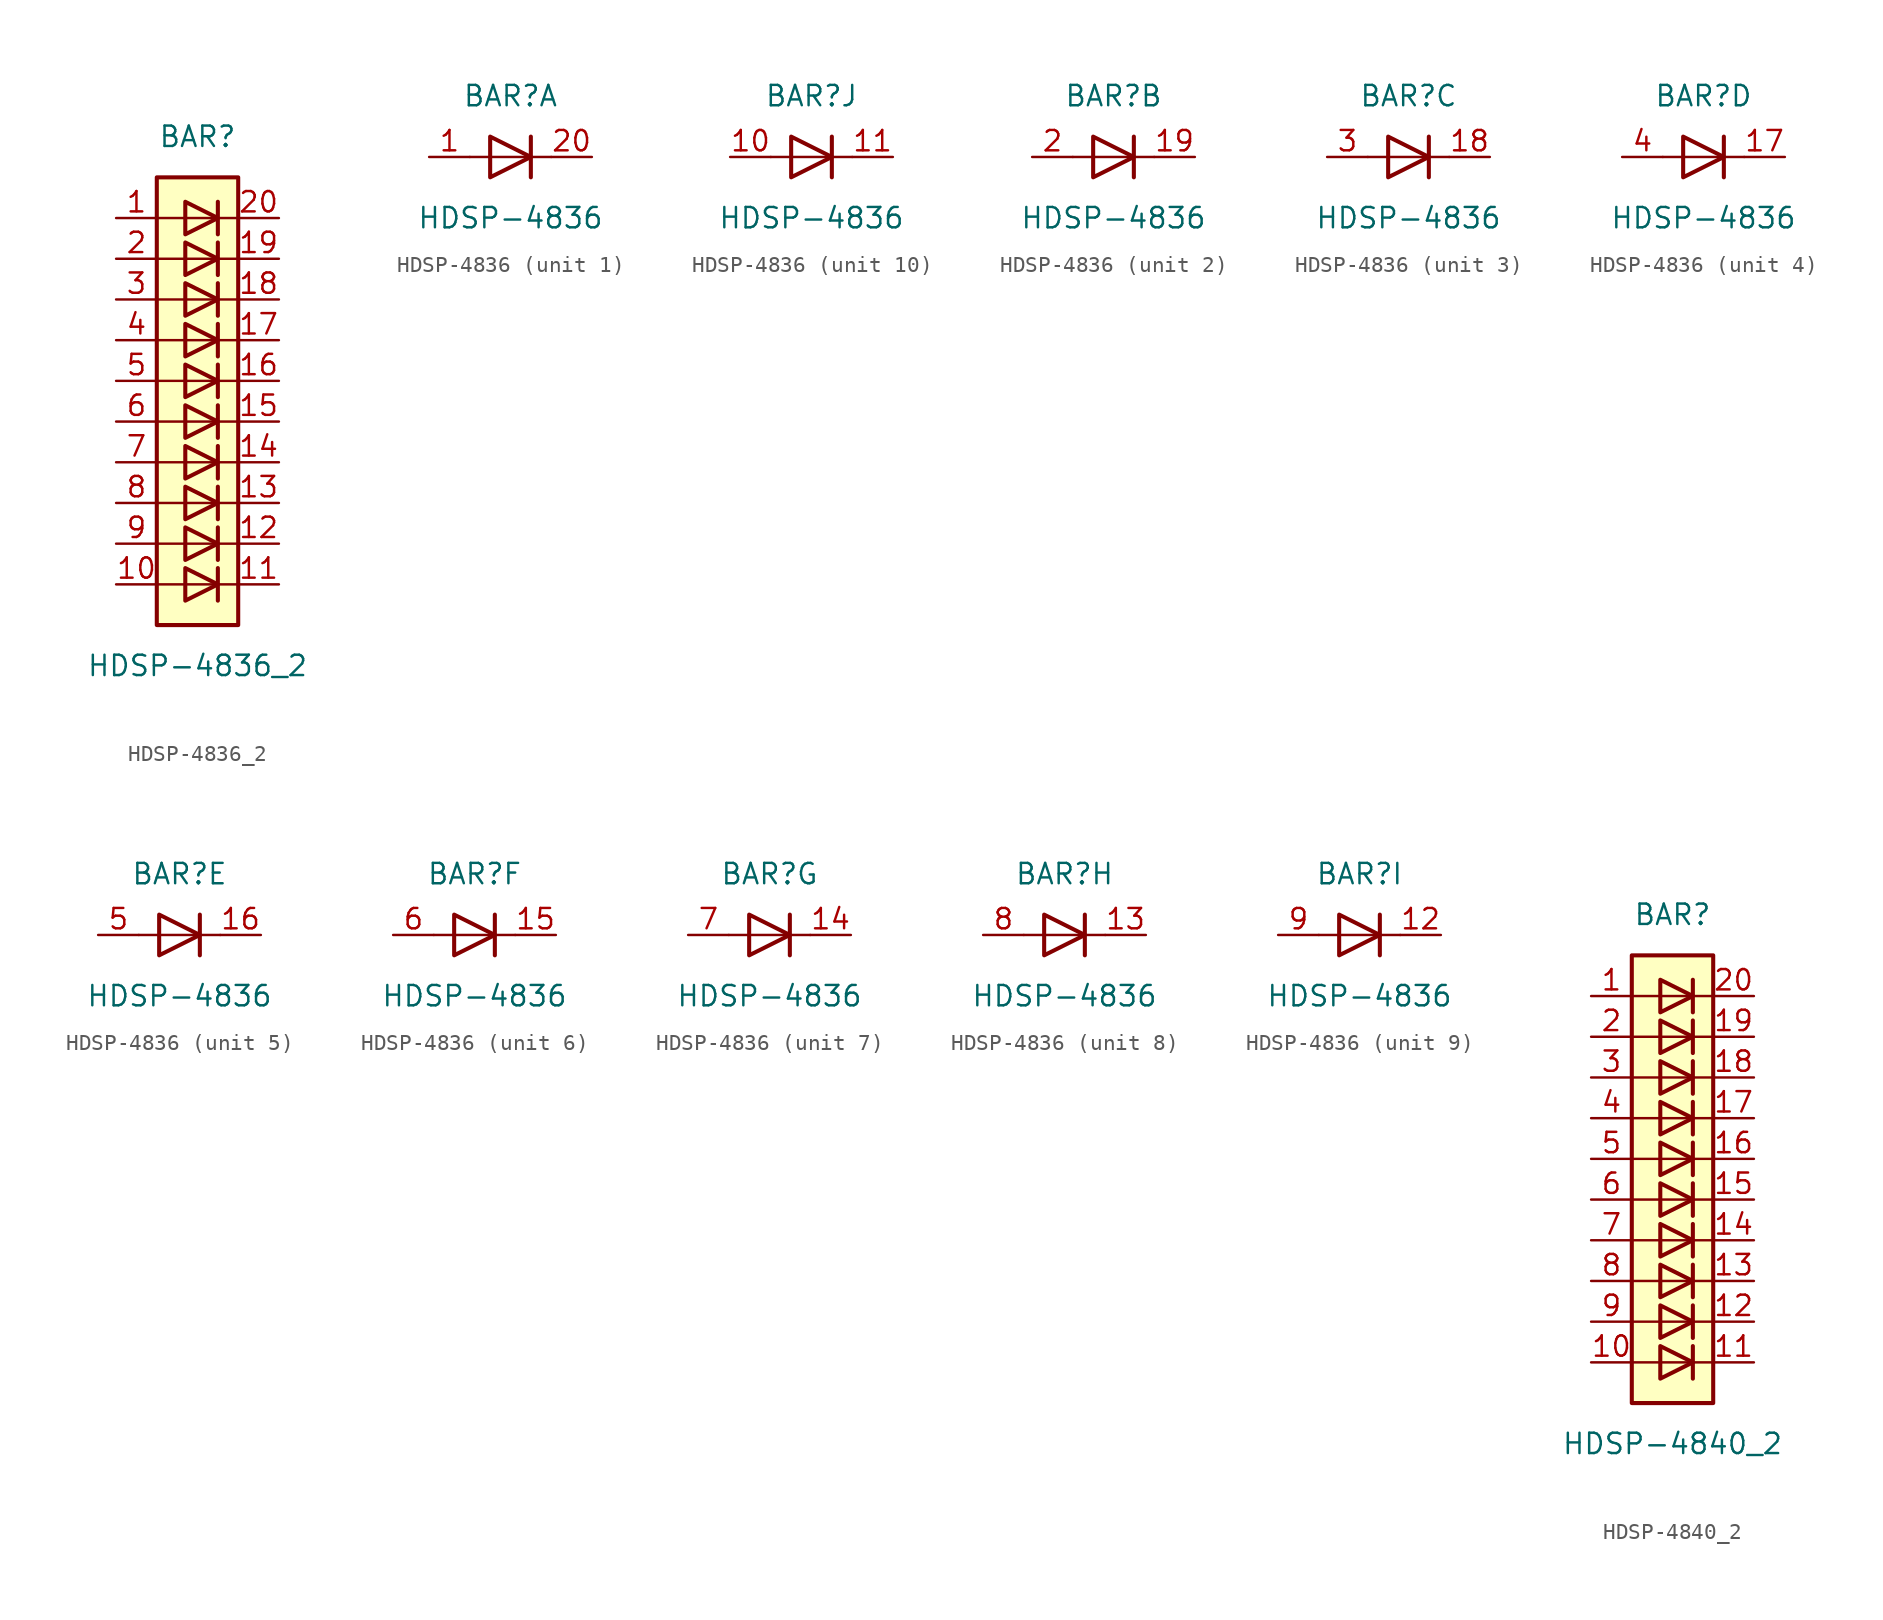
<source format=kicad_sym>
(kicad_symbol_lib
  (version 20241209)
  (generator "kicad_symbol_editor")
  (generator_version "9.0")
  (symbol "HDSP-4836_2"
    (pin_names
      (offset 1.016) hide)
    (property "Reference" "BAR"
      (at 0 15.24 0)
      (effects (font (size 1.27 1.27))))
    (property "Value" "HDSP-4836_2"
      (at 0 -17.78 0)
      (effects (font (size 1.27 1.27))))
    (symbol "HDSP-4836_2_0_1"
      (rectangle (start -2.54 12.7) (end 2.54 -15.24) (stroke (width 0.254) (type default)) (fill (type background)))
      (polyline (pts (xy -2.54 10.16) (xy 2.54 10.16)) (stroke (width 0) (type default)) (fill (type none)))
      (polyline (pts (xy -2.54 7.62) (xy 2.54 7.62)) (stroke (width 0) (type default)) (fill (type none)))
      (polyline (pts (xy -2.54 5.08) (xy 2.54 5.08)) (stroke (width 0) (type default)) (fill (type none)))
      (polyline (pts (xy -2.54 0) (xy 2.54 0)) (stroke (width 0) (type default)) (fill (type none)))
      (polyline (pts (xy -2.54 -5.08) (xy 2.54 -5.08)) (stroke (width 0) (type default)) (fill (type none)))
      (polyline (pts (xy -2.54 -7.62) (xy 2.54 -7.62)) (stroke (width 0) (type default)) (fill (type none)))
      (polyline (pts (xy -2.54 -10.16) (xy 2.54 -10.16)) (stroke (width 0) (type default)) (fill (type none)))
      (polyline (pts (xy -2.54 -12.7) (xy 2.54 -12.7)) (stroke (width 0) (type default)) (fill (type none)))
      (polyline (pts (xy -0.762 11.176) (xy -0.762 9.144) (xy 1.27 10.16) (xy -0.762 11.176)) (stroke (width 0.254) (type default)) (fill (type none)))
      (polyline (pts (xy -0.762 8.636) (xy -0.762 6.604) (xy 1.27 7.62) (xy -0.762 8.636)) (stroke (width 0.254) (type default)) (fill (type none)))
      (polyline (pts (xy -0.762 6.096) (xy -0.762 4.064) (xy 1.27 5.08) (xy -0.762 6.096)) (stroke (width 0.254) (type default)) (fill (type none)))
      (polyline (pts (xy -0.762 3.556) (xy -0.762 1.524) (xy 1.27 2.54) (xy -0.762 3.556)) (stroke (width 0.254) (type default)) (fill (type none)))
      (polyline (pts (xy -0.762 1.016) (xy -0.762 -1.016) (xy 1.27 0) (xy -0.762 1.016)) (stroke (width 0.254) (type default)) (fill (type none)))
      (polyline (pts (xy -0.762 -1.524) (xy -0.762 -3.556) (xy 1.27 -2.54) (xy -0.762 -1.524)) (stroke (width 0.254) (type default)) (fill (type none)))
      (polyline (pts (xy -0.762 -4.064) (xy -0.762 -6.096) (xy 1.27 -5.08) (xy -0.762 -4.064)) (stroke (width 0.254) (type default)) (fill (type none)))
      (polyline (pts (xy -0.762 -6.604) (xy -0.762 -8.636) (xy 1.27 -7.62) (xy -0.762 -6.604)) (stroke (width 0.254) (type default)) (fill (type none)))
      (polyline (pts (xy -0.762 -9.144) (xy -0.762 -11.176) (xy 1.27 -10.16) (xy -0.762 -9.144)) (stroke (width 0.254) (type default)) (fill (type none)))
      (polyline (pts (xy -0.762 -11.684) (xy -0.762 -13.716) (xy 1.27 -12.7) (xy -0.762 -11.684)) (stroke (width 0.254) (type default)) (fill (type none)))
      (polyline (pts (xy 1.27 11.176) (xy 1.27 9.144)) (stroke (width 0.254) (type default)) (fill (type none)))
      (polyline (pts (xy 1.27 8.636) (xy 1.27 6.604)) (stroke (width 0.254) (type default)) (fill (type none)))
      (polyline (pts (xy 1.27 6.096) (xy 1.27 4.064)) (stroke (width 0.254) (type default)) (fill (type none)))
      (polyline (pts (xy 1.27 3.556) (xy 1.27 1.524)) (stroke (width 0.254) (type default)) (fill (type none)))
      (polyline (pts (xy 1.27 1.016) (xy 1.27 -1.016)) (stroke (width 0.254) (type default)) (fill (type none)))
      (polyline (pts (xy 1.27 -1.524) (xy 1.27 -3.556)) (stroke (width 0.254) (type default)) (fill (type none)))
      (polyline (pts (xy 1.27 -4.064) (xy 1.27 -6.096)) (stroke (width 0.254) (type default)) (fill (type none)))
      (polyline (pts (xy 1.27 -6.604) (xy 1.27 -8.636)) (stroke (width 0.254) (type default)) (fill (type none)))
      (polyline (pts (xy 1.27 -9.144) (xy 1.27 -11.176)) (stroke (width 0.254) (type default)) (fill (type none)))
      (polyline (pts (xy 1.27 -11.684) (xy 1.27 -13.716)) (stroke (width 0.254) (type default)) (fill (type none)))
      (polyline (pts (xy 2.54 2.54) (xy -2.54 2.54)) (stroke (width 0) (type default)) (fill (type none)))
      (polyline (pts (xy 2.54 -2.54) (xy -2.54 -2.54)) (stroke (width 0) (type default)) (fill (type none))))
    (symbol "HDSP-4836_2_1_1"
      (pin passive line (at -5.08 10.16 0) (length 2.54) (name "A" (effects (font (size 1.27 1.27)))) (number "1" (effects (font (size 1.27 1.27)))))
      (pin passive line (at -5.08 7.62 0) (length 2.54) (name "A" (effects (font (size 1.27 1.27)))) (number "2" (effects (font (size 1.27 1.27)))))
      (pin passive line (at -5.08 5.08 0) (length 2.54) (name "A" (effects (font (size 1.27 1.27)))) (number "3" (effects (font (size 1.27 1.27)))))
      (pin passive line (at -5.08 2.54 0) (length 2.54) (name "A" (effects (font (size 1.27 1.27)))) (number "4" (effects (font (size 1.27 1.27)))))
      (pin passive line (at -5.08 0 0) (length 2.54) (name "A" (effects (font (size 1.27 1.27)))) (number "5" (effects (font (size 1.27 1.27)))))
      (pin passive line (at -5.08 -2.54 0) (length 2.54) (name "A" (effects (font (size 1.27 1.27)))) (number "6" (effects (font (size 1.27 1.27)))))
      (pin passive line (at -5.08 -5.08 0) (length 2.54) (name "A" (effects (font (size 1.27 1.27)))) (number "7" (effects (font (size 1.27 1.27)))))
      (pin passive line (at -5.08 -7.62 0) (length 2.54) (name "A" (effects (font (size 1.27 1.27)))) (number "8" (effects (font (size 1.27 1.27)))))
      (pin passive line (at -5.08 -10.16 0) (length 2.54) (name "A" (effects (font (size 1.27 1.27)))) (number "9" (effects (font (size 1.27 1.27)))))
      (pin passive line (at -5.08 -12.7 0) (length 2.54) (name "A" (effects (font (size 1.27 1.27)))) (number "10" (effects (font (size 1.27 1.27)))))
      (pin passive line (at 5.08 10.16 180) (length 2.54) (name "K" (effects (font (size 1.27 1.27)))) (number "20" (effects (font (size 1.27 1.27)))))
      (pin passive line (at 5.08 7.62 180) (length 2.54) (name "K" (effects (font (size 1.27 1.27)))) (number "19" (effects (font (size 1.27 1.27)))))
      (pin passive line (at 5.08 5.08 180) (length 2.54) (name "K" (effects (font (size 1.27 1.27)))) (number "18" (effects (font (size 1.27 1.27)))))
      (pin passive line (at 5.08 2.54 180) (length 2.54) (name "K" (effects (font (size 1.27 1.27)))) (number "17" (effects (font (size 1.27 1.27)))))
      (pin passive line (at 5.08 0 180) (length 2.54) (name "K" (effects (font (size 1.27 1.27)))) (number "16" (effects (font (size 1.27 1.27)))))
      (pin passive line (at 5.08 -2.54 180) (length 2.54) (name "K" (effects (font (size 1.27 1.27)))) (number "15" (effects (font (size 1.27 1.27)))))
      (pin passive line (at 5.08 -5.08 180) (length 2.54) (name "K" (effects (font (size 1.27 1.27)))) (number "14" (effects (font (size 1.27 1.27)))))
      (pin passive line (at 5.08 -7.62 180) (length 2.54) (name "K" (effects (font (size 1.27 1.27)))) (number "13" (effects (font (size 1.27 1.27)))))
      (pin passive line (at 5.08 -10.16 180) (length 2.54) (name "K" (effects (font (size 1.27 1.27)))) (number "12" (effects (font (size 1.27 1.27)))))
      (pin passive line (at 5.08 -12.7 180) (length 2.54) (name "K" (effects (font (size 1.27 1.27)))) (number "11" (effects (font (size 1.27 1.27)))))))
  (symbol "HDSP-4836"
    (pin_names
      (offset 1.016) hide)
    (property "Reference" "BAR"
      (at 0 3.81 0)
      (effects (font (size 1.27 1.27))))
    (property "Value" "HDSP-4836"
      (at 0 -3.81 0)
      (effects (font (size 1.27 1.27))))
    (symbol "HDSP-4836_0_1"
      (polyline (pts (xy -2.54 0) (xy 2.54 0)) (stroke (width 0) (type default)) (fill (type none)))
      (polyline (pts (xy -1.27 1.27) (xy -1.27 -1.27) (xy 1.27 0) (xy -1.27 1.27)) (stroke (width 0.254) (type default)) (fill (type none)))
      (polyline (pts (xy 1.27 -1.27) (xy 1.27 1.27)) (stroke (width 0.254) (type default)) (fill (type none))))
    (symbol "HDSP-4836_1_1"
      (pin passive line (at -5.08 0 0) (length 2.54) (name "A" (effects (font (size 1.27 1.27)))) (number "1" (effects (font (size 1.27 1.27)))))
      (pin passive line (at 5.08 0 180) (length 2.54) (name "K" (effects (font (size 1.27 1.27)))) (number "20" (effects (font (size 1.27 1.27))))))
    (symbol "HDSP-4836_2_1"
      (pin passive line (at -5.08 0 0) (length 2.54) (name "A" (effects (font (size 1.27 1.27)))) (number "2" (effects (font (size 1.27 1.27)))))
      (pin passive line (at 5.08 0 180) (length 2.54) (name "K" (effects (font (size 1.27 1.27)))) (number "19" (effects (font (size 1.27 1.27))))))
    (symbol "HDSP-4836_3_1"
      (pin passive line (at -5.08 0 0) (length 2.54) (name "A" (effects (font (size 1.27 1.27)))) (number "3" (effects (font (size 1.27 1.27)))))
      (pin passive line (at 5.08 0 180) (length 2.54) (name "K" (effects (font (size 1.27 1.27)))) (number "18" (effects (font (size 1.27 1.27))))))
    (symbol "HDSP-4836_4_1"
      (pin passive line (at -5.08 0 0) (length 2.54) (name "A" (effects (font (size 1.27 1.27)))) (number "4" (effects (font (size 1.27 1.27)))))
      (pin passive line (at 5.08 0 180) (length 2.54) (name "K" (effects (font (size 1.27 1.27)))) (number "17" (effects (font (size 1.27 1.27))))))
    (symbol "HDSP-4836_5_1"
      (pin passive line (at -5.08 0 0) (length 2.54) (name "A" (effects (font (size 1.27 1.27)))) (number "5" (effects (font (size 1.27 1.27)))))
      (pin passive line (at 5.08 0 180) (length 2.54) (name "K" (effects (font (size 1.27 1.27)))) (number "16" (effects (font (size 1.27 1.27))))))
    (symbol "HDSP-4836_6_1"
      (pin passive line (at -5.08 0 0) (length 2.54) (name "A" (effects (font (size 1.27 1.27)))) (number "6" (effects (font (size 1.27 1.27)))))
      (pin passive line (at 5.08 0 180) (length 2.54) (name "K" (effects (font (size 1.27 1.27)))) (number "15" (effects (font (size 1.27 1.27))))))
    (symbol "HDSP-4836_7_1"
      (pin passive line (at -5.08 0 0) (length 2.54) (name "A" (effects (font (size 1.27 1.27)))) (number "7" (effects (font (size 1.27 1.27)))))
      (pin passive line (at 5.08 0 180) (length 2.54) (name "K" (effects (font (size 1.27 1.27)))) (number "14" (effects (font (size 1.27 1.27))))))
    (symbol "HDSP-4836_8_1"
      (pin passive line (at -5.08 0 0) (length 2.54) (name "A" (effects (font (size 1.27 1.27)))) (number "8" (effects (font (size 1.27 1.27)))))
      (pin passive line (at 5.08 0 180) (length 2.54) (name "K" (effects (font (size 1.27 1.27)))) (number "13" (effects (font (size 1.27 1.27))))))
    (symbol "HDSP-4836_9_1"
      (pin passive line (at -5.08 0 0) (length 2.54) (name "A" (effects (font (size 1.27 1.27)))) (number "9" (effects (font (size 1.27 1.27)))))
      (pin passive line (at 5.08 0 180) (length 2.54) (name "K" (effects (font (size 1.27 1.27)))) (number "12" (effects (font (size 1.27 1.27))))))
    (symbol "HDSP-4836_10_1"
      (pin passive line (at -5.08 0 0) (length 2.54) (name "A" (effects (font (size 1.27 1.27)))) (number "10" (effects (font (size 1.27 1.27)))))
      (pin passive line (at 5.08 0 180) (length 2.54) (name "K" (effects (font (size 1.27 1.27)))) (number "11" (effects (font (size 1.27 1.27)))))))
  (symbol "HDSP-4840_2"
    (pin_names
      (offset 1.016) hide)
    (property "Reference" "BAR"
      (at 0 15.24 0)
      (effects (font (size 1.27 1.27))))
    (property "Value" "HDSP-4840_2"
      (at 0 -17.78 0)
      (effects (font (size 1.27 1.27))))
    (symbol "HDSP-4840_2_0_1"
      (rectangle (start -2.54 12.7) (end 2.54 -15.24) (stroke (width 0.254) (type default)) (fill (type background)))
      (polyline (pts (xy -2.54 10.16) (xy 2.54 10.16)) (stroke (width 0) (type default)) (fill (type none)))
      (polyline (pts (xy -2.54 7.62) (xy 2.54 7.62)) (stroke (width 0) (type default)) (fill (type none)))
      (polyline (pts (xy -2.54 5.08) (xy 2.54 5.08)) (stroke (width 0) (type default)) (fill (type none)))
      (polyline (pts (xy -2.54 0) (xy 2.54 0)) (stroke (width 0) (type default)) (fill (type none)))
      (polyline (pts (xy -2.54 -5.08) (xy 2.54 -5.08)) (stroke (width 0) (type default)) (fill (type none)))
      (polyline (pts (xy -2.54 -7.62) (xy 2.54 -7.62)) (stroke (width 0) (type default)) (fill (type none)))
      (polyline (pts (xy -2.54 -10.16) (xy 2.54 -10.16)) (stroke (width 0) (type default)) (fill (type none)))
      (polyline (pts (xy -2.54 -12.7) (xy 2.54 -12.7)) (stroke (width 0) (type default)) (fill (type none)))
      (polyline (pts (xy -0.762 11.176) (xy -0.762 9.144) (xy 1.27 10.16) (xy -0.762 11.176)) (stroke (width 0.254) (type default)) (fill (type none)))
      (polyline (pts (xy -0.762 8.636) (xy -0.762 6.604) (xy 1.27 7.62) (xy -0.762 8.636)) (stroke (width 0.254) (type default)) (fill (type none)))
      (polyline (pts (xy -0.762 6.096) (xy -0.762 4.064) (xy 1.27 5.08) (xy -0.762 6.096)) (stroke (width 0.254) (type default)) (fill (type none)))
      (polyline (pts (xy -0.762 3.556) (xy -0.762 1.524) (xy 1.27 2.54) (xy -0.762 3.556)) (stroke (width 0.254) (type default)) (fill (type none)))
      (polyline (pts (xy -0.762 1.016) (xy -0.762 -1.016) (xy 1.27 0) (xy -0.762 1.016)) (stroke (width 0.254) (type default)) (fill (type none)))
      (polyline (pts (xy -0.762 -1.524) (xy -0.762 -3.556) (xy 1.27 -2.54) (xy -0.762 -1.524)) (stroke (width 0.254) (type default)) (fill (type none)))
      (polyline (pts (xy -0.762 -4.064) (xy -0.762 -6.096) (xy 1.27 -5.08) (xy -0.762 -4.064)) (stroke (width 0.254) (type default)) (fill (type none)))
      (polyline (pts (xy -0.762 -6.604) (xy -0.762 -8.636) (xy 1.27 -7.62) (xy -0.762 -6.604)) (stroke (width 0.254) (type default)) (fill (type none)))
      (polyline (pts (xy -0.762 -9.144) (xy -0.762 -11.176) (xy 1.27 -10.16) (xy -0.762 -9.144)) (stroke (width 0.254) (type default)) (fill (type none)))
      (polyline (pts (xy -0.762 -11.684) (xy -0.762 -13.716) (xy 1.27 -12.7) (xy -0.762 -11.684)) (stroke (width 0.254) (type default)) (fill (type none)))
      (polyline (pts (xy 1.27 11.176) (xy 1.27 9.144)) (stroke (width 0.254) (type default)) (fill (type none)))
      (polyline (pts (xy 1.27 8.636) (xy 1.27 6.604)) (stroke (width 0.254) (type default)) (fill (type none)))
      (polyline (pts (xy 1.27 6.096) (xy 1.27 4.064)) (stroke (width 0.254) (type default)) (fill (type none)))
      (polyline (pts (xy 1.27 3.556) (xy 1.27 1.524)) (stroke (width 0.254) (type default)) (fill (type none)))
      (polyline (pts (xy 1.27 1.016) (xy 1.27 -1.016)) (stroke (width 0.254) (type default)) (fill (type none)))
      (polyline (pts (xy 1.27 -1.524) (xy 1.27 -3.556)) (stroke (width 0.254) (type default)) (fill (type none)))
      (polyline (pts (xy 1.27 -4.064) (xy 1.27 -6.096)) (stroke (width 0.254) (type default)) (fill (type none)))
      (polyline (pts (xy 1.27 -6.604) (xy 1.27 -8.636)) (stroke (width 0.254) (type default)) (fill (type none)))
      (polyline (pts (xy 1.27 -9.144) (xy 1.27 -11.176)) (stroke (width 0.254) (type default)) (fill (type none)))
      (polyline (pts (xy 1.27 -11.684) (xy 1.27 -13.716)) (stroke (width 0.254) (type default)) (fill (type none)))
      (polyline (pts (xy 2.54 2.54) (xy -2.54 2.54)) (stroke (width 0) (type default)) (fill (type none)))
      (polyline (pts (xy 2.54 -2.54) (xy -2.54 -2.54)) (stroke (width 0) (type default)) (fill (type none))))
    (symbol "HDSP-4840_2_1_1"
      (pin passive line (at -5.08 10.16 0) (length 2.54) (name "A" (effects (font (size 1.27 1.27)))) (number "1" (effects (font (size 1.27 1.27)))))
      (pin passive line (at -5.08 7.62 0) (length 2.54) (name "A" (effects (font (size 1.27 1.27)))) (number "2" (effects (font (size 1.27 1.27)))))
      (pin passive line (at -5.08 5.08 0) (length 2.54) (name "A" (effects (font (size 1.27 1.27)))) (number "3" (effects (font (size 1.27 1.27)))))
      (pin passive line (at -5.08 2.54 0) (length 2.54) (name "A" (effects (font (size 1.27 1.27)))) (number "4" (effects (font (size 1.27 1.27)))))
      (pin passive line (at -5.08 0 0) (length 2.54) (name "A" (effects (font (size 1.27 1.27)))) (number "5" (effects (font (size 1.27 1.27)))))
      (pin passive line (at -5.08 -2.54 0) (length 2.54) (name "A" (effects (font (size 1.27 1.27)))) (number "6" (effects (font (size 1.27 1.27)))))
      (pin passive line (at -5.08 -5.08 0) (length 2.54) (name "A" (effects (font (size 1.27 1.27)))) (number "7" (effects (font (size 1.27 1.27)))))
      (pin passive line (at -5.08 -7.62 0) (length 2.54) (name "A" (effects (font (size 1.27 1.27)))) (number "8" (effects (font (size 1.27 1.27)))))
      (pin passive line (at -5.08 -10.16 0) (length 2.54) (name "A" (effects (font (size 1.27 1.27)))) (number "9" (effects (font (size 1.27 1.27)))))
      (pin passive line (at -5.08 -12.7 0) (length 2.54) (name "A" (effects (font (size 1.27 1.27)))) (number "10" (effects (font (size 1.27 1.27)))))
      (pin passive line (at 5.08 10.16 180) (length 2.54) (name "K" (effects (font (size 1.27 1.27)))) (number "20" (effects (font (size 1.27 1.27)))))
      (pin passive line (at 5.08 7.62 180) (length 2.54) (name "K" (effects (font (size 1.27 1.27)))) (number "19" (effects (font (size 1.27 1.27)))))
      (pin passive line (at 5.08 5.08 180) (length 2.54) (name "K" (effects (font (size 1.27 1.27)))) (number "18" (effects (font (size 1.27 1.27)))))
      (pin passive line (at 5.08 2.54 180) (length 2.54) (name "K" (effects (font (size 1.27 1.27)))) (number "17" (effects (font (size 1.27 1.27)))))
      (pin passive line (at 5.08 0 180) (length 2.54) (name "K" (effects (font (size 1.27 1.27)))) (number "16" (effects (font (size 1.27 1.27)))))
      (pin passive line (at 5.08 -2.54 180) (length 2.54) (name "K" (effects (font (size 1.27 1.27)))) (number "15" (effects (font (size 1.27 1.27)))))
      (pin passive line (at 5.08 -5.08 180) (length 2.54) (name "K" (effects (font (size 1.27 1.27)))) (number "14" (effects (font (size 1.27 1.27)))))
      (pin passive line (at 5.08 -7.62 180) (length 2.54) (name "K" (effects (font (size 1.27 1.27)))) (number "13" (effects (font (size 1.27 1.27)))))
      (pin passive line (at 5.08 -10.16 180) (length 2.54) (name "K" (effects (font (size 1.27 1.27)))) (number "12" (effects (font (size 1.27 1.27)))))
      (pin passive line (at 5.08 -12.7 180) (length 2.54) (name "K" (effects (font (size 1.27 1.27)))) (number "11" (effects (font (size 1.27 1.27))))))))
</source>
